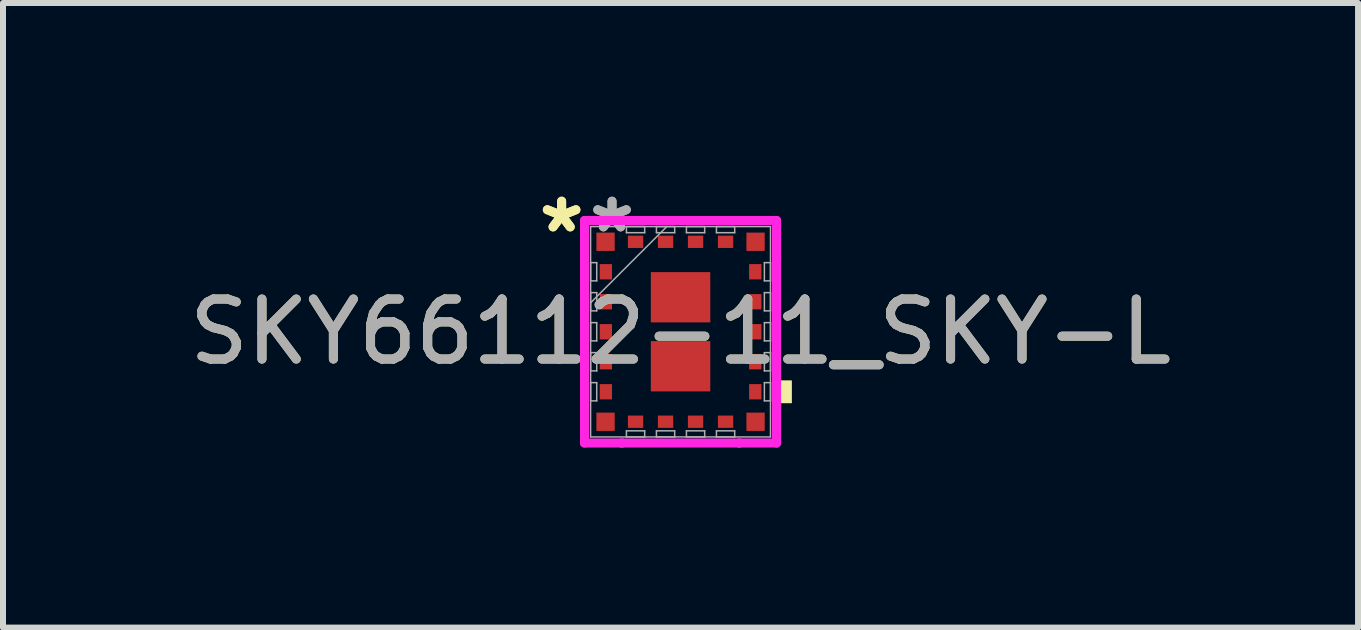
<source format=kicad_pcb>
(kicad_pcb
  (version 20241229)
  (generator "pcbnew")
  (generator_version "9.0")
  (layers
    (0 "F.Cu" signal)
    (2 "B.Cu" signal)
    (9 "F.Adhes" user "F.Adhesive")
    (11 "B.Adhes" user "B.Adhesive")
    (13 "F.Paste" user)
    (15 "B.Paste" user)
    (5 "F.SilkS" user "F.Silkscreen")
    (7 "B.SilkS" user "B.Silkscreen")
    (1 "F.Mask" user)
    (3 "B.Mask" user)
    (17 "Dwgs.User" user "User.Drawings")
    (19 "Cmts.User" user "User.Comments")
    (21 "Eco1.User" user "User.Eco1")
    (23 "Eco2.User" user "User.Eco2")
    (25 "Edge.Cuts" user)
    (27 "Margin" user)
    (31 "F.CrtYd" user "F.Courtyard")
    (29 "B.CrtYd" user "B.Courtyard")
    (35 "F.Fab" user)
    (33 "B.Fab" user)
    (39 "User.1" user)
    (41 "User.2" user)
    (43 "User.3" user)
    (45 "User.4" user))
  (footprint "SKY66112-11_SKY-L"
    (layer "F.Cu")
    (at 8.292 2.479)
    (property "Reference" "SKY66112-11_SKY-L" (at 0 0 0) (unlocked yes) (layer "F.SilkS") (effects (font (size 1 1) (thickness 0.15))))
    (attr smd)
    (fp_poly (pts (xy 1.855 0.81) (xy 1.855 1.191) (xy 1.601 1.191) (xy 1.601 0.81)) (stroke (width 0) (type solid)) (fill yes) (layer "F.SilkS"))
    (fp_line (start -1.6 -1.854) (end -0.979 -1.854) (stroke (width 0.152) (type solid)) (layer "F.CrtYd"))
    (fp_line (start -1.6 -1.229) (end -1.6 -1.854) (stroke (width 0.152) (type solid)) (layer "F.CrtYd"))
    (fp_line (start -1.6 -1.229) (end -1.6 -1.229) (stroke (width 0.152) (type solid)) (layer "F.CrtYd"))
    (fp_line (start -1.6 1.229) (end -1.6 -1.229) (stroke (width 0.152) (type solid)) (layer "F.CrtYd"))
    (fp_line (start -1.6 1.229) (end -1.6 1.229) (stroke (width 0.152) (type solid)) (layer "F.CrtYd"))
    (fp_line (start -1.6 1.854) (end -1.6 1.229) (stroke (width 0.152) (type solid)) (layer "F.CrtYd"))
    (fp_line (start -0.979 -1.854) (end -0.979 -1.854) (stroke (width 0.152) (type solid)) (layer "F.CrtYd"))
    (fp_line (start -0.979 -1.854) (end 0.979 -1.854) (stroke (width 0.152) (type solid)) (layer "F.CrtYd"))
    (fp_line (start -0.979 1.854) (end -1.6 1.854) (stroke (width 0.152) (type solid)) (layer "F.CrtYd"))
    (fp_line (start -0.979 1.854) (end -0.979 1.854) (stroke (width 0.152) (type solid)) (layer "F.CrtYd"))
    (fp_line (start 0.979 -1.854) (end 0.979 -1.854) (stroke (width 0.152) (type solid)) (layer "F.CrtYd"))
    (fp_line (start 0.979 -1.854) (end 1.6 -1.854) (stroke (width 0.152) (type solid)) (layer "F.CrtYd"))
    (fp_line (start 0.979 1.854) (end -0.979 1.854) (stroke (width 0.152) (type solid)) (layer "F.CrtYd"))
    (fp_line (start 0.979 1.854) (end 0.979 1.854) (stroke (width 0.152) (type solid)) (layer "F.CrtYd"))
    (fp_line (start 1.6 -1.854) (end 1.6 -1.229) (stroke (width 0.152) (type solid)) (layer "F.CrtYd"))
    (fp_line (start 1.6 -1.229) (end 1.6 -1.229) (stroke (width 0.152) (type solid)) (layer "F.CrtYd"))
    (fp_line (start 1.6 -1.229) (end 1.6 1.229) (stroke (width 0.152) (type solid)) (layer "F.CrtYd"))
    (fp_line (start 1.6 1.229) (end 1.6 1.229) (stroke (width 0.152) (type solid)) (layer "F.CrtYd"))
    (fp_line (start 1.6 1.229) (end 1.6 1.854) (stroke (width 0.152) (type solid)) (layer "F.CrtYd"))
    (fp_line (start 1.6 1.854) (end 0.979 1.854) (stroke (width 0.152) (type solid)) (layer "F.CrtYd"))
    (fp_line (start -1.499 -1.753) (end -1.499 1.753) (stroke (width 0.025) (type solid)) (layer "F.Fab"))
    (fp_line (start -1.499 -1.152) (end -1.397 -1.152) (stroke (width 0.025) (type solid)) (layer "F.Fab"))
    (fp_line (start -1.499 -0.848) (end -1.499 -1.152) (stroke (width 0.025) (type solid)) (layer "F.Fab"))
    (fp_line (start -1.499 -0.652) (end -1.397 -0.652) (stroke (width 0.025) (type solid)) (layer "F.Fab"))
    (fp_line (start -1.499 -0.483) (end -0.229 -1.753) (stroke (width 0.025) (type solid)) (layer "F.Fab"))
    (fp_line (start -1.499 -0.348) (end -1.499 -0.652) (stroke (width 0.025) (type solid)) (layer "F.Fab"))
    (fp_line (start -1.499 -0.152) (end -1.397 -0.152) (stroke (width 0.025) (type solid)) (layer "F.Fab"))
    (fp_line (start -1.499 0.152) (end -1.499 -0.152) (stroke (width 0.025) (type solid)) (layer "F.Fab"))
    (fp_line (start -1.499 0.348) (end -1.397 0.348) (stroke (width 0.025) (type solid)) (layer "F.Fab"))
    (fp_line (start -1.499 0.652) (end -1.499 0.348) (stroke (width 0.025) (type solid)) (layer "F.Fab"))
    (fp_line (start -1.499 0.848) (end -1.397 0.848) (stroke (width 0.025) (type solid)) (layer "F.Fab"))
    (fp_line (start -1.499 1.152) (end -1.499 0.848) (stroke (width 0.025) (type solid)) (layer "F.Fab"))
    (fp_line (start -1.499 1.753) (end 1.499 1.753) (stroke (width 0.025) (type solid)) (layer "F.Fab"))
    (fp_line (start -1.397 -1.152) (end -1.397 -0.848) (stroke (width 0.025) (type solid)) (layer "F.Fab"))
    (fp_line (start -1.397 -0.848) (end -1.499 -0.848) (stroke (width 0.025) (type solid)) (layer "F.Fab"))
    (fp_line (start -1.397 -0.652) (end -1.397 -0.348) (stroke (width 0.025) (type solid)) (layer "F.Fab"))
    (fp_line (start -1.397 -0.348) (end -1.499 -0.348) (stroke (width 0.025) (type solid)) (layer "F.Fab"))
    (fp_line (start -1.397 -0.152) (end -1.397 0.152) (stroke (width 0.025) (type solid)) (layer "F.Fab"))
    (fp_line (start -1.397 0.152) (end -1.499 0.152) (stroke (width 0.025) (type solid)) (layer "F.Fab"))
    (fp_line (start -1.397 0.348) (end -1.397 0.652) (stroke (width 0.025) (type solid)) (layer "F.Fab"))
    (fp_line (start -1.397 0.652) (end -1.499 0.652) (stroke (width 0.025) (type solid)) (layer "F.Fab"))
    (fp_line (start -1.397 0.848) (end -1.397 1.152) (stroke (width 0.025) (type solid)) (layer "F.Fab"))
    (fp_line (start -1.397 1.152) (end -1.499 1.152) (stroke (width 0.025) (type solid)) (layer "F.Fab"))
    (fp_line (start -0.902 -1.753) (end -0.598 -1.753) (stroke (width 0.025) (type solid)) (layer "F.Fab"))
    (fp_line (start -0.902 -1.651) (end -0.902 -1.753) (stroke (width 0.025) (type solid)) (layer "F.Fab"))
    (fp_line (start -0.902 1.651) (end -0.598 1.651) (stroke (width 0.025) (type solid)) (layer "F.Fab"))
    (fp_line (start -0.902 1.753) (end -0.902 1.651) (stroke (width 0.025) (type solid)) (layer "F.Fab"))
    (fp_line (start -0.598 -1.753) (end -0.598 -1.651) (stroke (width 0.025) (type solid)) (layer "F.Fab"))
    (fp_line (start -0.598 -1.651) (end -0.902 -1.651) (stroke (width 0.025) (type solid)) (layer "F.Fab"))
    (fp_line (start -0.598 1.651) (end -0.598 1.753) (stroke (width 0.025) (type solid)) (layer "F.Fab"))
    (fp_line (start -0.598 1.753) (end -0.902 1.753) (stroke (width 0.025) (type solid)) (layer "F.Fab"))
    (fp_line (start -0.402 -1.753) (end -0.098 -1.753) (stroke (width 0.025) (type solid)) (layer "F.Fab"))
    (fp_line (start -0.402 -1.651) (end -0.402 -1.753) (stroke (width 0.025) (type solid)) (layer "F.Fab"))
    (fp_line (start -0.402 1.651) (end -0.098 1.651) (stroke (width 0.025) (type solid)) (layer "F.Fab"))
    (fp_line (start -0.402 1.753) (end -0.402 1.651) (stroke (width 0.025) (type solid)) (layer "F.Fab"))
    (fp_line (start -0.098 -1.753) (end -0.098 -1.651) (stroke (width 0.025) (type solid)) (layer "F.Fab"))
    (fp_line (start -0.098 -1.651) (end -0.402 -1.651) (stroke (width 0.025) (type solid)) (layer "F.Fab"))
    (fp_line (start -0.098 1.651) (end -0.098 1.753) (stroke (width 0.025) (type solid)) (layer "F.Fab"))
    (fp_line (start -0.098 1.753) (end -0.402 1.753) (stroke (width 0.025) (type solid)) (layer "F.Fab"))
    (fp_line (start 0.098 -1.753) (end 0.402 -1.753) (stroke (width 0.025) (type solid)) (layer "F.Fab"))
    (fp_line (start 0.098 -1.651) (end 0.098 -1.753) (stroke (width 0.025) (type solid)) (layer "F.Fab"))
    (fp_line (start 0.098 1.651) (end 0.402 1.651) (stroke (width 0.025) (type solid)) (layer "F.Fab"))
    (fp_line (start 0.098 1.753) (end 0.098 1.651) (stroke (width 0.025) (type solid)) (layer "F.Fab"))
    (fp_line (start 0.402 -1.753) (end 0.402 -1.651) (stroke (width 0.025) (type solid)) (layer "F.Fab"))
    (fp_line (start 0.402 -1.651) (end 0.098 -1.651) (stroke (width 0.025) (type solid)) (layer "F.Fab"))
    (fp_line (start 0.402 1.651) (end 0.402 1.753) (stroke (width 0.025) (type solid)) (layer "F.Fab"))
    (fp_line (start 0.402 1.753) (end 0.098 1.753) (stroke (width 0.025) (type solid)) (layer "F.Fab"))
    (fp_line (start 0.598 -1.753) (end 0.902 -1.753) (stroke (width 0.025) (type solid)) (layer "F.Fab"))
    (fp_line (start 0.598 -1.651) (end 0.598 -1.753) (stroke (width 0.025) (type solid)) (layer "F.Fab"))
    (fp_line (start 0.598 1.651) (end 0.902 1.651) (stroke (width 0.025) (type solid)) (layer "F.Fab"))
    (fp_line (start 0.598 1.753) (end 0.598 1.651) (stroke (width 0.025) (type solid)) (layer "F.Fab"))
    (fp_line (start 0.902 -1.753) (end 0.902 -1.651) (stroke (width 0.025) (type solid)) (layer "F.Fab"))
    (fp_line (start 0.902 -1.651) (end 0.598 -1.651) (stroke (width 0.025) (type solid)) (layer "F.Fab"))
    (fp_line (start 0.902 1.651) (end 0.902 1.753) (stroke (width 0.025) (type solid)) (layer "F.Fab"))
    (fp_line (start 0.902 1.753) (end 0.598 1.753) (stroke (width 0.025) (type solid)) (layer "F.Fab"))
    (fp_line (start 1.397 -1.152) (end 1.499 -1.152) (stroke (width 0.025) (type solid)) (layer "F.Fab"))
    (fp_line (start 1.397 -0.848) (end 1.397 -1.152) (stroke (width 0.025) (type solid)) (layer "F.Fab"))
    (fp_line (start 1.397 -0.652) (end 1.499 -0.652) (stroke (width 0.025) (type solid)) (layer "F.Fab"))
    (fp_line (start 1.397 -0.348) (end 1.397 -0.652) (stroke (width 0.025) (type solid)) (layer "F.Fab"))
    (fp_line (start 1.397 -0.152) (end 1.499 -0.152) (stroke (width 0.025) (type solid)) (layer "F.Fab"))
    (fp_line (start 1.397 0.152) (end 1.397 -0.152) (stroke (width 0.025) (type solid)) (layer "F.Fab"))
    (fp_line (start 1.397 0.348) (end 1.499 0.348) (stroke (width 0.025) (type solid)) (layer "F.Fab"))
    (fp_line (start 1.397 0.652) (end 1.397 0.348) (stroke (width 0.025) (type solid)) (layer "F.Fab"))
    (fp_line (start 1.397 0.848) (end 1.499 0.848) (stroke (width 0.025) (type solid)) (layer "F.Fab"))
    (fp_line (start 1.397 1.152) (end 1.397 0.848) (stroke (width 0.025) (type solid)) (layer "F.Fab"))
    (fp_line (start 1.499 -1.753) (end -1.499 -1.753) (stroke (width 0.025) (type solid)) (layer "F.Fab"))
    (fp_line (start 1.499 -1.152) (end 1.499 -0.848) (stroke (width 0.025) (type solid)) (layer "F.Fab"))
    (fp_line (start 1.499 -0.848) (end 1.397 -0.848) (stroke (width 0.025) (type solid)) (layer "F.Fab"))
    (fp_line (start 1.499 -0.652) (end 1.499 -0.348) (stroke (width 0.025) (type solid)) (layer "F.Fab"))
    (fp_line (start 1.499 -0.348) (end 1.397 -0.348) (stroke (width 0.025) (type solid)) (layer "F.Fab"))
    (fp_line (start 1.499 -0.152) (end 1.499 0.152) (stroke (width 0.025) (type solid)) (layer "F.Fab"))
    (fp_line (start 1.499 0.152) (end 1.397 0.152) (stroke (width 0.025) (type solid)) (layer "F.Fab"))
    (fp_line (start 1.499 0.348) (end 1.499 0.652) (stroke (width 0.025) (type solid)) (layer "F.Fab"))
    (fp_line (start 1.499 0.652) (end 1.397 0.652) (stroke (width 0.025) (type solid)) (layer "F.Fab"))
    (fp_line (start 1.499 0.848) (end 1.499 1.152) (stroke (width 0.025) (type solid)) (layer "F.Fab"))
    (fp_line (start 1.499 1.152) (end 1.397 1.152) (stroke (width 0.025) (type solid)) (layer "F.Fab"))
    (fp_line (start 1.499 1.753) (end 1.499 -1.753) (stroke (width 0.025) (type solid)) (layer "F.Fab"))
    (fp_text user "*" (at -1.982 -1.631 0) (unlocked yes) (layer "F.SilkS") (effects (font (size 1 1) (thickness 0.15))))
    (fp_text user "*" (at -1.982 -1.631 0) (layer "F.SilkS") (effects (font (size 1 1) (thickness 0.15))))
    (fp_text user "*" (at -1.142 -1.631 0) (layer "F.Fab") (effects (font (size 1 1) (thickness 0.15))))
    (fp_text user "${REFERENCE}" (at 0 0 0) (unlocked yes) (layer "F.Fab") (effects (font (size 1 1) (thickness 0.15))))
    (fp_text user "*" (at -1.142 -1.631 0) (unlocked yes) (layer "F.Fab") (effects (font (size 1 1) (thickness 0.15))))
    (pad "1" smd rect (at -1.25 -1.5) (size 0.305 0.305) (layers "F.Cu" "F.Mask" "F.Paste"))
    (pad "2" smd rect (at -1.245 -1 90) (size 0.255 0.205) (layers "F.Cu" "F.Mask" "F.Paste"))
    (pad "3" smd rect (at -1.245 -0.5 90) (size 0.255 0.205) (layers "F.Cu" "F.Mask" "F.Paste"))
    (pad "4" smd rect (at -1.245 0 90) (size 0.255 0.205) (layers "F.Cu" "F.Mask" "F.Paste"))
    (pad "5" smd rect (at -1.245 0.5 90) (size 0.255 0.205) (layers "F.Cu" "F.Mask" "F.Paste"))
    (pad "6" smd rect (at -1.245 1 90) (size 0.255 0.205) (layers "F.Cu" "F.Mask" "F.Paste"))
    (pad "7" smd rect (at -1.25 1.5) (size 0.305 0.305) (layers "F.Cu" "F.Mask" "F.Paste"))
    (pad "8" smd rect (at -0.75 1.499) (size 0.255 0.205) (layers "F.Cu" "F.Mask" "F.Paste"))
    (pad "9" smd rect (at -0.25 1.499) (size 0.255 0.205) (layers "F.Cu" "F.Mask" "F.Paste"))
    (pad "10" smd rect (at 0.25 1.499) (size 0.255 0.205) (layers "F.Cu" "F.Mask" "F.Paste"))
    (pad "11" smd rect (at 0.75 1.499) (size 0.255 0.205) (layers "F.Cu" "F.Mask" "F.Paste"))
    (pad "12" smd rect (at 1.25 1.5) (size 0.305 0.305) (layers "F.Cu" "F.Mask" "F.Paste"))
    (pad "13" smd rect (at 1.245 1 90) (size 0.255 0.205) (layers "F.Cu" "F.Mask" "F.Paste"))
    (pad "14" smd rect (at 1.245 0.5 90) (size 0.255 0.205) (layers "F.Cu" "F.Mask" "F.Paste"))
    (pad "15" smd rect (at 1.245 0 90) (size 0.255 0.205) (layers "F.Cu" "F.Mask" "F.Paste"))
    (pad "16" smd rect (at 1.245 -0.5 90) (size 0.255 0.205) (layers "F.Cu" "F.Mask" "F.Paste"))
    (pad "17" smd rect (at 1.245 -1 90) (size 0.255 0.205) (layers "F.Cu" "F.Mask" "F.Paste"))
    (pad "18" smd rect (at 1.25 -1.5) (size 0.305 0.305) (layers "F.Cu" "F.Mask" "F.Paste"))
    (pad "19" smd rect (at 0.75 -1.499) (size 0.255 0.205) (layers "F.Cu" "F.Mask" "F.Paste"))
    (pad "20" smd rect (at 0.25 -1.499) (size 0.255 0.205) (layers "F.Cu" "F.Mask" "F.Paste"))
    (pad "21" smd rect (at -0.25 -1.499) (size 0.255 0.205) (layers "F.Cu" "F.Mask" "F.Paste"))
    (pad "22" smd rect (at -0.75 -1.499) (size 0.255 0.205) (layers "F.Cu" "F.Mask" "F.Paste"))
    (pad "23" smd rect (at 0 -0.575) (size 0.991 0.838) (layers "F.Cu" "F.Mask" "F.Paste"))
    (pad "24" smd rect (at 0 0.575) (size 0.991 0.838) (layers "F.Cu" "F.Mask" "F.Paste")))
  (gr_rect
    (start -3 -3)
    (end 19.583 7.41)
    (stroke (width 0.1) (type default))
    (fill no)
    (layer "Edge.Cuts")))
</source>
